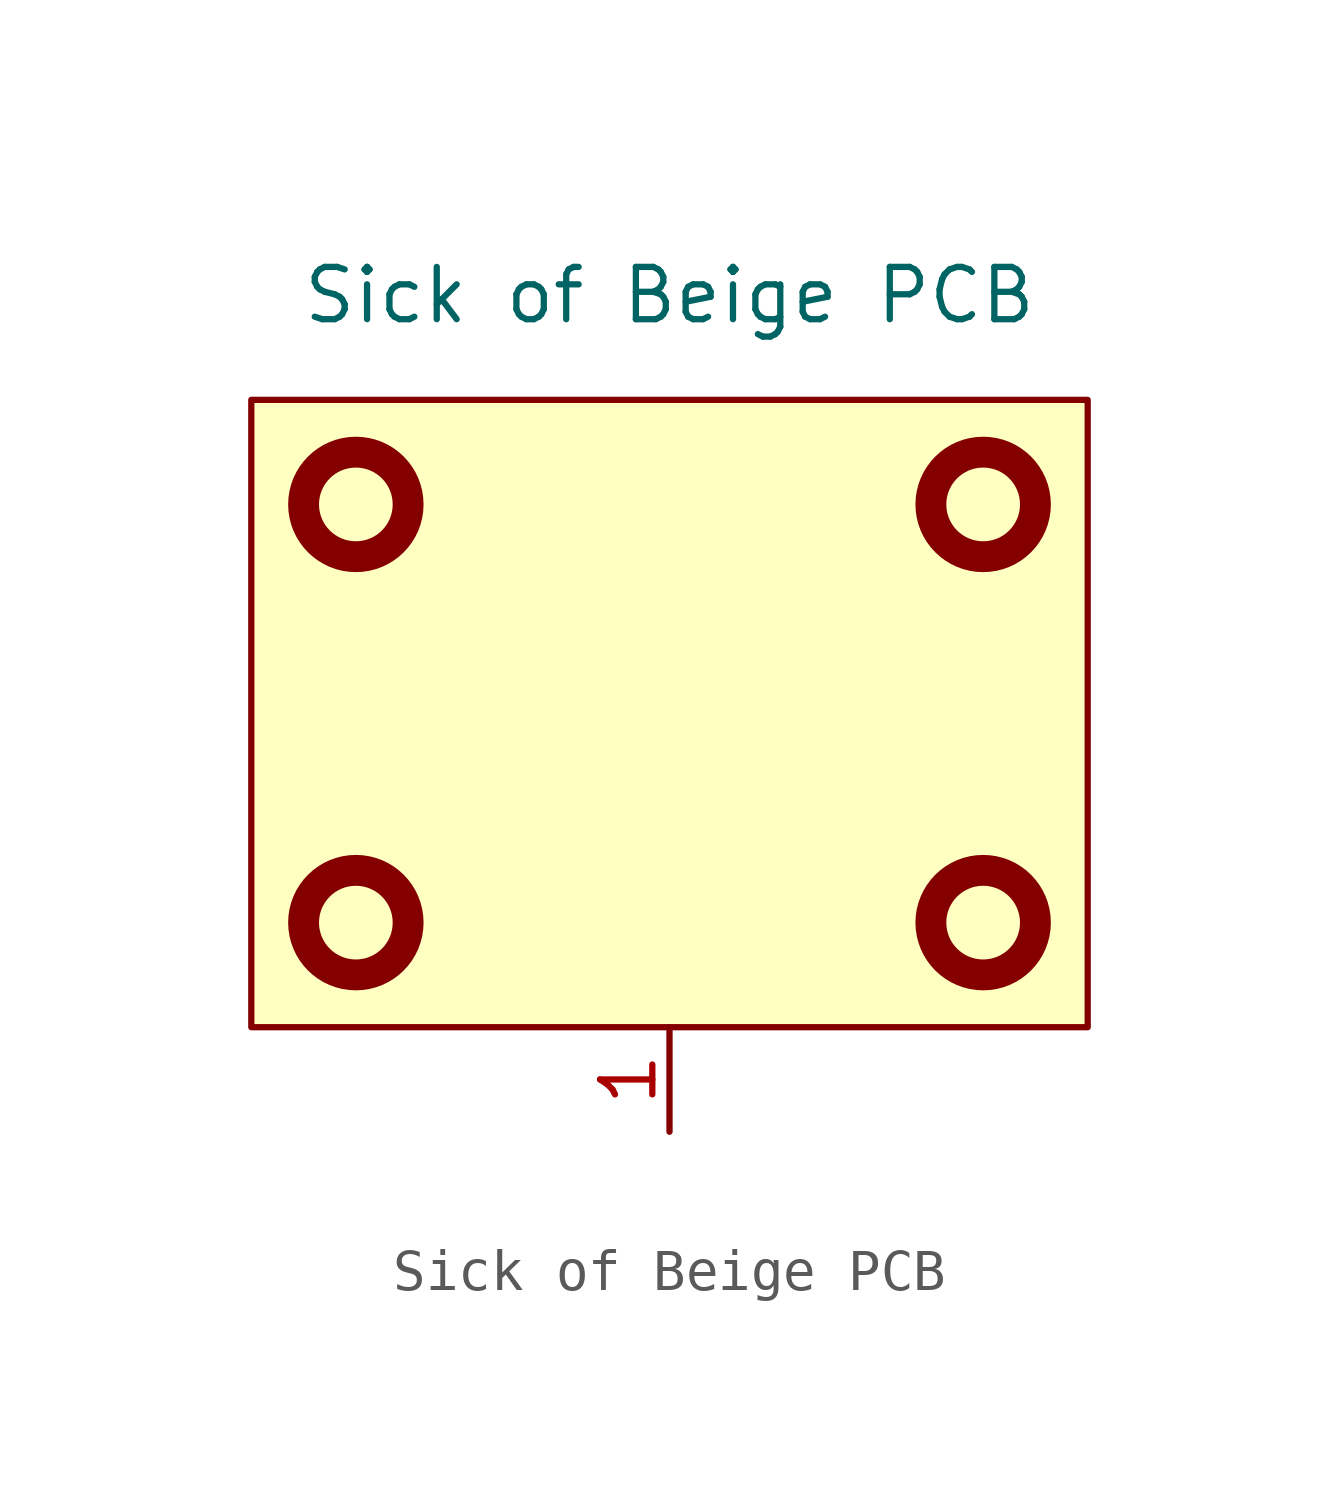
<source format=kicad_sym>
(kicad_symbol_lib
  (version 20211014)
  (generator kicad_symbol_editor)
  (symbol "Sick of Beige PCB"
    (pin_names
      (offset 1.016) hide)
    (property "Reference" "PCB"
      (at 0 6.35 0)
      (effects (font (size 1.27 1.27)) hide))
    (property "Value" "Sick of Beige PCB"
      (at 0 10.16 0)
      (effects (font (size 1.27 1.27))))
    (symbol "Sick of Beige PCB_0_1"
      (rectangle (start -10.16 7.62) (end 10.16 -7.62) (stroke (width 0.152) (type default) (color 0 0 0 0)) (fill (type background)))
      (circle (center -7.62 -5.08) (radius 1.27) (stroke (width 0.75) (type default) (color 0 0 0 0)) (fill (type none)))
      (circle (center -7.62 5.08) (radius 1.27) (stroke (width 0.75) (type default) (color 0 0 0 0)) (fill (type none)))
      (circle (center 7.62 -5.08) (radius 1.27) (stroke (width 0.75) (type default) (color 0 0 0 0)) (fill (type none)))
      (circle (center 7.62 5.08) (radius 1.27) (stroke (width 0.75) (type default) (color 0 0 0 0)) (fill (type none))))
    (symbol "Sick of Beige PCB_1_1"
      (pin input line (at 0 -10.16 90) (length 2.54) (name "1" (effects (font (size 1.27 1.27)))) (number "1" (effects (font (size 1.27 1.27))))))))
</source>
